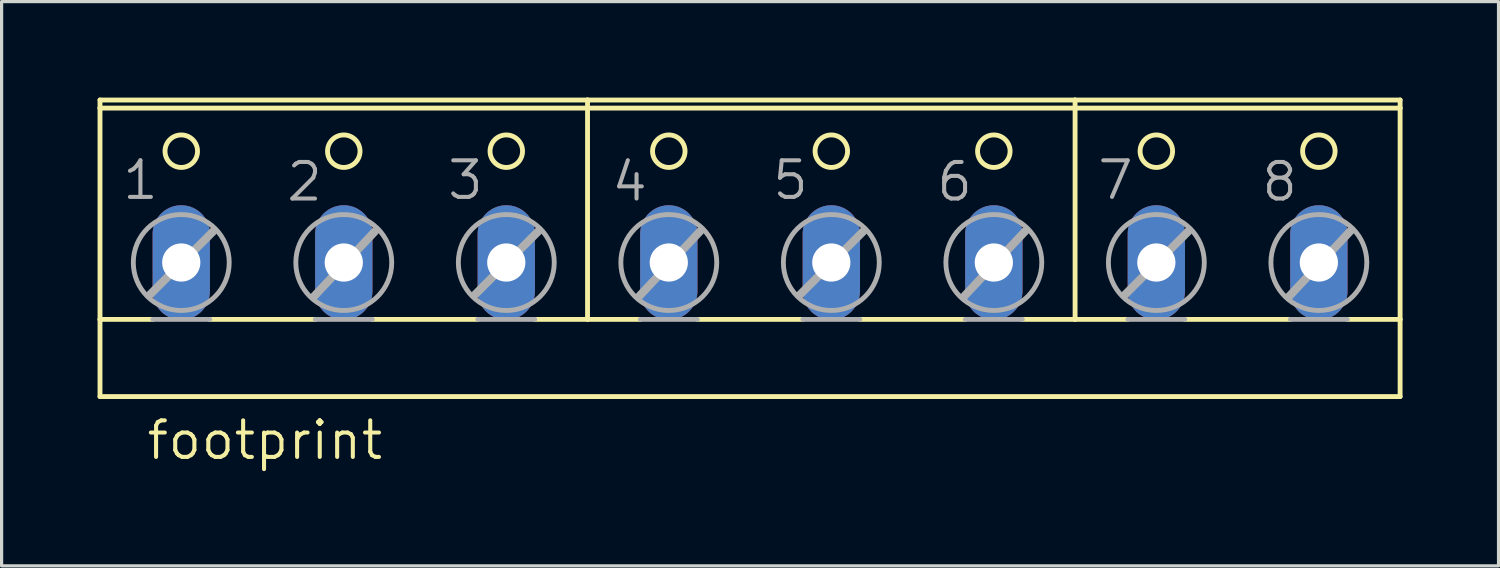
<source format=kicad_pcb>
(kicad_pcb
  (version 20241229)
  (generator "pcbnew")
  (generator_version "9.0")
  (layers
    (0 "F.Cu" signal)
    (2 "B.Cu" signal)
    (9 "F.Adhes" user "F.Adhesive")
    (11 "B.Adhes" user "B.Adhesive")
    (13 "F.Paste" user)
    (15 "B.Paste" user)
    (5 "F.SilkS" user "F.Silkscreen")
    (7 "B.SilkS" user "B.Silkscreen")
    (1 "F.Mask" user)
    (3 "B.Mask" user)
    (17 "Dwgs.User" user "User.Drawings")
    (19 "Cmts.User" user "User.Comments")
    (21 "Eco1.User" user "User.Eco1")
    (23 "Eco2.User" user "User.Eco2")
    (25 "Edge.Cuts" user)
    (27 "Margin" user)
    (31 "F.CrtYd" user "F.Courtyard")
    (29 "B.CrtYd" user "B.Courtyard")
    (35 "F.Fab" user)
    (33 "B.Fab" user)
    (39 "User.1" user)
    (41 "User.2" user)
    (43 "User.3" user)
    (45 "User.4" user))
  (footprint "footprint"
    (layer "F.Cu")
    (at 20.396 4.521)
    (property "Reference" "footprint" (at -18.923 6.858 0) (layer "F.SilkS") (effects (font (size 1.143 1.143) (thickness 0.127)) (justify left bottom)))
    (fp_line (start -20.32 -4.191) (end -20.32 -4.445) (stroke (width 0.152) (type solid)) (layer "F.SilkS"))
    (fp_line (start -20.32 2.413) (end -20.32 -4.191) (stroke (width 0.152) (type solid)) (layer "F.SilkS"))
    (fp_line (start -20.32 2.413) (end -18.669 2.413) (stroke (width 0.152) (type solid)) (layer "F.SilkS"))
    (fp_line (start -20.32 4.826) (end -20.32 2.413) (stroke (width 0.152) (type solid)) (layer "F.SilkS"))
    (fp_line (start -20.32 4.826) (end 20.32 4.826) (stroke (width 0.152) (type solid)) (layer "F.SilkS"))
    (fp_line (start -16.891 2.413) (end -13.589 2.413) (stroke (width 0.152) (type solid)) (layer "F.SilkS"))
    (fp_line (start -11.811 2.413) (end -8.509 2.413) (stroke (width 0.152) (type solid)) (layer "F.SilkS"))
    (fp_line (start -6.731 2.413) (end -5.08 2.413) (stroke (width 0.152) (type solid)) (layer "F.SilkS"))
    (fp_line (start -5.08 -4.445) (end -20.32 -4.445) (stroke (width 0.152) (type solid)) (layer "F.SilkS"))
    (fp_line (start -5.08 -4.445) (end -5.08 2.413) (stroke (width 0.152) (type solid)) (layer "F.SilkS"))
    (fp_line (start -5.08 2.413) (end -3.429 2.413) (stroke (width 0.152) (type solid)) (layer "F.SilkS"))
    (fp_line (start -1.651 2.413) (end 1.651 2.413) (stroke (width 0.152) (type solid)) (layer "F.SilkS"))
    (fp_line (start 3.429 2.413) (end 6.731 2.413) (stroke (width 0.152) (type solid)) (layer "F.SilkS"))
    (fp_line (start 8.509 2.413) (end 10.16 2.413) (stroke (width 0.152) (type solid)) (layer "F.SilkS"))
    (fp_line (start 10.16 -4.445) (end -5.08 -4.445) (stroke (width 0.152) (type solid)) (layer "F.SilkS"))
    (fp_line (start 10.16 -4.445) (end 10.16 2.413) (stroke (width 0.152) (type solid)) (layer "F.SilkS"))
    (fp_line (start 10.16 2.413) (end 11.811 2.413) (stroke (width 0.152) (type solid)) (layer "F.SilkS"))
    (fp_line (start 13.589 2.413) (end 16.891 2.413) (stroke (width 0.152) (type solid)) (layer "F.SilkS"))
    (fp_line (start 18.669 2.413) (end 20.32 2.413) (stroke (width 0.152) (type solid)) (layer "F.SilkS"))
    (fp_line (start 20.32 -4.445) (end 10.16 -4.445) (stroke (width 0.152) (type solid)) (layer "F.SilkS"))
    (fp_line (start 20.32 -4.445) (end 20.32 -4.191) (stroke (width 0.152) (type solid)) (layer "F.SilkS"))
    (fp_line (start 20.32 -4.191) (end -20.32 -4.191) (stroke (width 0.152) (type solid)) (layer "F.SilkS"))
    (fp_line (start 20.32 -4.191) (end 20.32 2.413) (stroke (width 0.152) (type solid)) (layer "F.SilkS"))
    (fp_line (start 20.32 2.413) (end 20.32 4.826) (stroke (width 0.152) (type solid)) (layer "F.SilkS"))
    (fp_circle (center -17.78 -2.845) (end -17.272 -2.845) (stroke (width 0.152) (type solid)) (fill no) (layer "F.SilkS"))
    (fp_circle (center -12.7 -2.845) (end -12.192 -2.845) (stroke (width 0.152) (type solid)) (fill no) (layer "F.SilkS"))
    (fp_circle (center -7.62 -2.845) (end -7.112 -2.845) (stroke (width 0.152) (type solid)) (fill no) (layer "F.SilkS"))
    (fp_circle (center -2.54 -2.845) (end -2.032 -2.845) (stroke (width 0.152) (type solid)) (fill no) (layer "F.SilkS"))
    (fp_circle (center 2.54 -2.845) (end 3.048 -2.845) (stroke (width 0.152) (type solid)) (fill no) (layer "F.SilkS"))
    (fp_circle (center 7.62 -2.845) (end 8.128 -2.845) (stroke (width 0.152) (type solid)) (fill no) (layer "F.SilkS"))
    (fp_circle (center 12.7 -2.845) (end 13.208 -2.845) (stroke (width 0.152) (type solid)) (fill no) (layer "F.SilkS"))
    (fp_circle (center 17.78 -2.845) (end 18.288 -2.845) (stroke (width 0.152) (type solid)) (fill no) (layer "F.SilkS"))
    (fp_line (start -18.771 1.651) (end -16.764 -0.356) (stroke (width 0.254) (type solid)) (layer "F.Fab"))
    (fp_line (start -18.669 2.413) (end -16.891 2.413) (stroke (width 0.152) (type solid)) (layer "F.Fab"))
    (fp_line (start -13.614 1.676) (end -11.709 -0.356) (stroke (width 0.254) (type solid)) (layer "F.Fab"))
    (fp_line (start -13.589 2.413) (end -11.811 2.413) (stroke (width 0.152) (type solid)) (layer "F.Fab"))
    (fp_line (start -8.611 1.651) (end -6.604 -0.356) (stroke (width 0.254) (type solid)) (layer "F.Fab"))
    (fp_line (start -8.509 2.413) (end -6.731 2.413) (stroke (width 0.152) (type solid)) (layer "F.Fab"))
    (fp_line (start -3.454 1.676) (end -1.549 -0.356) (stroke (width 0.254) (type solid)) (layer "F.Fab"))
    (fp_line (start -3.429 2.413) (end -1.651 2.413) (stroke (width 0.152) (type solid)) (layer "F.Fab"))
    (fp_line (start 1.549 1.651) (end 3.556 -0.356) (stroke (width 0.254) (type solid)) (layer "F.Fab"))
    (fp_line (start 1.651 2.413) (end 3.429 2.413) (stroke (width 0.152) (type solid)) (layer "F.Fab"))
    (fp_line (start 6.706 1.676) (end 8.611 -0.356) (stroke (width 0.254) (type solid)) (layer "F.Fab"))
    (fp_line (start 6.731 2.413) (end 8.509 2.413) (stroke (width 0.152) (type solid)) (layer "F.Fab"))
    (fp_line (start 11.709 1.651) (end 13.716 -0.356) (stroke (width 0.254) (type solid)) (layer "F.Fab"))
    (fp_line (start 11.811 2.413) (end 13.589 2.413) (stroke (width 0.152) (type solid)) (layer "F.Fab"))
    (fp_line (start 16.866 1.676) (end 18.771 -0.356) (stroke (width 0.254) (type solid)) (layer "F.Fab"))
    (fp_line (start 16.891 2.413) (end 18.669 2.413) (stroke (width 0.152) (type solid)) (layer "F.Fab"))
    (fp_circle (center -17.78 0.635) (end -16.281 0.635) (stroke (width 0.152) (type solid)) (fill no) (layer "F.Fab"))
    (fp_circle (center -12.7 0.635) (end -11.201 0.635) (stroke (width 0.152) (type solid)) (fill no) (layer "F.Fab"))
    (fp_circle (center -7.62 0.635) (end -6.121 0.635) (stroke (width 0.152) (type solid)) (fill no) (layer "F.Fab"))
    (fp_circle (center -2.54 0.635) (end -1.041 0.635) (stroke (width 0.152) (type solid)) (fill no) (layer "F.Fab"))
    (fp_circle (center 2.54 0.635) (end 4.039 0.635) (stroke (width 0.152) (type solid)) (fill no) (layer "F.Fab"))
    (fp_circle (center 7.62 0.635) (end 9.119 0.635) (stroke (width 0.152) (type solid)) (fill no) (layer "F.Fab"))
    (fp_circle (center 12.7 0.635) (end 14.199 0.635) (stroke (width 0.152) (type solid)) (fill no) (layer "F.Fab"))
    (fp_circle (center 17.78 0.635) (end 19.279 0.635) (stroke (width 0.152) (type solid)) (fill no) (layer "F.Fab"))
    (fp_text user "2" (at -14.554 -1.219 0) (layer "F.Fab") (effects (font (size 1.143 1.143) (thickness 0.127)) (justify left bottom)))
    (fp_text user "3" (at -9.525 -1.27 0) (layer "F.Fab") (effects (font (size 1.143 1.143) (thickness 0.127)) (justify left bottom)))
    (fp_text user "4" (at -4.394 -1.219 0) (layer "F.Fab") (effects (font (size 1.143 1.143) (thickness 0.127)) (justify left bottom)))
    (fp_text user "6" (at 5.766 -1.219 0) (layer "F.Fab") (effects (font (size 1.143 1.143) (thickness 0.127)) (justify left bottom)))
    (fp_text user "5" (at 0.635 -1.27 0) (layer "F.Fab") (effects (font (size 1.143 1.143) (thickness 0.127)) (justify left bottom)))
    (fp_text user "7" (at 10.795 -1.27 0) (layer "F.Fab") (effects (font (size 1.143 1.143) (thickness 0.127)) (justify left bottom)))
    (fp_text user "8" (at 15.926 -1.219 0) (layer "F.Fab") (effects (font (size 1.143 1.143) (thickness 0.127)) (justify left bottom)))
    (fp_text user "1" (at -19.685 -1.27 0) (layer "F.Fab") (effects (font (size 1.143 1.143) (thickness 0.127)) (justify left bottom)))
    (pad "1" thru_hole oval (at -17.78 0.635 90) (size 3.581 1.791) (drill 1.194) (layers "*.Cu" "*.Mask"))
    (pad "2" thru_hole oval (at -12.7 0.635 90) (size 3.581 1.791) (drill 1.194) (layers "*.Cu" "*.Mask"))
    (pad "3" thru_hole oval (at -7.62 0.635 90) (size 3.581 1.791) (drill 1.194) (layers "*.Cu" "*.Mask"))
    (pad "4" thru_hole oval (at -2.54 0.635 90) (size 3.581 1.791) (drill 1.194) (layers "*.Cu" "*.Mask"))
    (pad "5" thru_hole oval (at 2.54 0.635 90) (size 3.581 1.791) (drill 1.194) (layers "*.Cu" "*.Mask"))
    (pad "6" thru_hole oval (at 7.62 0.635 90) (size 3.581 1.791) (drill 1.194) (layers "*.Cu" "*.Mask"))
    (pad "7" thru_hole oval (at 12.7 0.635 90) (size 3.581 1.791) (drill 1.194) (layers "*.Cu" "*.Mask"))
    (pad "8" thru_hole oval (at 17.78 0.635 90) (size 3.581 1.791) (drill 1.194) (layers "*.Cu" "*.Mask")))
  (gr_rect
    (start -3 -3)
    (end 43.792 14.638)
    (stroke (width 0.1) (type default))
    (fill no)
    (layer "Edge.Cuts")))
</source>
